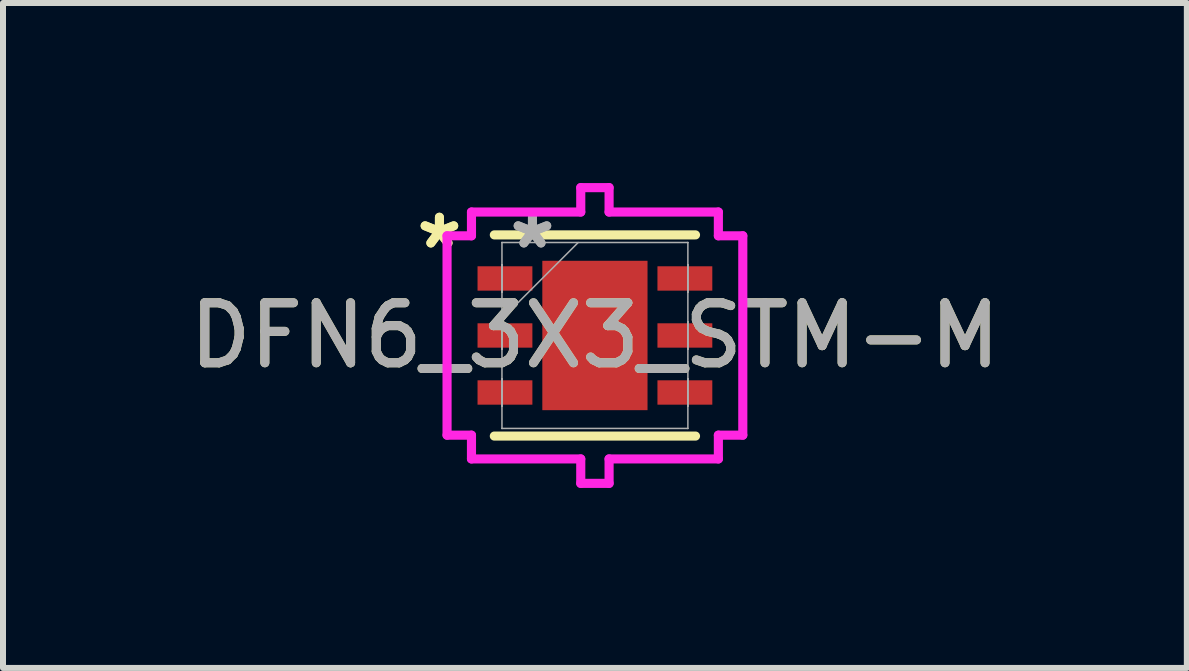
<source format=kicad_pcb>
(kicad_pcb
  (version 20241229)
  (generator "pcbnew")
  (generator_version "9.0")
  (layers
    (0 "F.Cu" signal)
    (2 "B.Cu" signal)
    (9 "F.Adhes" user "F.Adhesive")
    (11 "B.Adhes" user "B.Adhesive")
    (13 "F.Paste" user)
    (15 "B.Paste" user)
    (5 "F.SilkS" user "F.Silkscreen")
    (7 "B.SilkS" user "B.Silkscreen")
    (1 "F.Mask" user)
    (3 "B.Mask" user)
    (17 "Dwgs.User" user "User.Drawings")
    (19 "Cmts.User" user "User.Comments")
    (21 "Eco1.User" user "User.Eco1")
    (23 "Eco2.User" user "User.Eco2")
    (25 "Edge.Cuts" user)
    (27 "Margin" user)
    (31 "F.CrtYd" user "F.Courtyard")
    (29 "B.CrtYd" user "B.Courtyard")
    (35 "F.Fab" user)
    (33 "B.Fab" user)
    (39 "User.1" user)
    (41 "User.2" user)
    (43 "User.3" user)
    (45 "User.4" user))
  (footprint "DFN6_3X3_STM-M"
    (layer "F.Cu")
    (at 6.863 2.54)
    (property "Reference" "DFN6_3X3_STM-M" (at 0 0 0) (unlocked yes) (layer "F.SilkS") (effects (font (size 1 1) (thickness 0.15))))
    (attr smd)
    (fp_line (start -1.676 1.676) (end 1.676 1.676) (stroke (width 0.152) (type solid)) (layer "F.SilkS"))
    (fp_line (start 1.676 -1.676) (end -1.676 -1.676) (stroke (width 0.152) (type solid)) (layer "F.SilkS"))
    (fp_line (start -2.464 -1.661) (end -2.057 -1.661) (stroke (width 0.152) (type solid)) (layer "F.CrtYd"))
    (fp_line (start -2.464 1.661) (end -2.464 -1.661) (stroke (width 0.152) (type solid)) (layer "F.CrtYd"))
    (fp_line (start -2.057 -2.057) (end -0.236 -2.057) (stroke (width 0.152) (type solid)) (layer "F.CrtYd"))
    (fp_line (start -2.057 -1.661) (end -2.057 -2.057) (stroke (width 0.152) (type solid)) (layer "F.CrtYd"))
    (fp_line (start -2.057 1.661) (end -2.464 1.661) (stroke (width 0.152) (type solid)) (layer "F.CrtYd"))
    (fp_line (start -2.057 2.057) (end -2.057 1.661) (stroke (width 0.152) (type solid)) (layer "F.CrtYd"))
    (fp_line (start -0.236 -2.464) (end 0.236 -2.464) (stroke (width 0.152) (type solid)) (layer "F.CrtYd"))
    (fp_line (start -0.236 -2.057) (end -0.236 -2.464) (stroke (width 0.152) (type solid)) (layer "F.CrtYd"))
    (fp_line (start -0.236 2.057) (end -2.057 2.057) (stroke (width 0.152) (type solid)) (layer "F.CrtYd"))
    (fp_line (start -0.236 2.464) (end -0.236 2.057) (stroke (width 0.152) (type solid)) (layer "F.CrtYd"))
    (fp_line (start 0.236 -2.464) (end 0.236 -2.057) (stroke (width 0.152) (type solid)) (layer "F.CrtYd"))
    (fp_line (start 0.236 -2.057) (end 2.057 -2.057) (stroke (width 0.152) (type solid)) (layer "F.CrtYd"))
    (fp_line (start 0.236 2.057) (end 0.236 2.464) (stroke (width 0.152) (type solid)) (layer "F.CrtYd"))
    (fp_line (start 0.236 2.464) (end -0.236 2.464) (stroke (width 0.152) (type solid)) (layer "F.CrtYd"))
    (fp_line (start 2.057 -2.057) (end 2.057 -1.661) (stroke (width 0.152) (type solid)) (layer "F.CrtYd"))
    (fp_line (start 2.057 -1.661) (end 2.464 -1.661) (stroke (width 0.152) (type solid)) (layer "F.CrtYd"))
    (fp_line (start 2.057 1.661) (end 2.057 2.057) (stroke (width 0.152) (type solid)) (layer "F.CrtYd"))
    (fp_line (start 2.057 2.057) (end 0.236 2.057) (stroke (width 0.152) (type solid)) (layer "F.CrtYd"))
    (fp_line (start 2.464 -1.661) (end 2.464 1.661) (stroke (width 0.152) (type solid)) (layer "F.CrtYd"))
    (fp_line (start 2.464 1.661) (end 2.057 1.661) (stroke (width 0.152) (type solid)) (layer "F.CrtYd"))
    (fp_line (start -1.549 -1.549) (end -1.549 -1.549) (stroke (width 0.025) (type solid)) (layer "F.Fab"))
    (fp_line (start -1.549 -1.549) (end -1.549 1.549) (stroke (width 0.025) (type solid)) (layer "F.Fab"))
    (fp_line (start -1.549 -1.179) (end -1.549 -1.179) (stroke (width 0.025) (type solid)) (layer "F.Fab"))
    (fp_line (start -1.549 -1.179) (end -1.549 -0.721) (stroke (width 0.025) (type solid)) (layer "F.Fab"))
    (fp_line (start -1.549 -0.721) (end -1.549 -1.179) (stroke (width 0.025) (type solid)) (layer "F.Fab"))
    (fp_line (start -1.549 -0.721) (end -1.549 -0.721) (stroke (width 0.025) (type solid)) (layer "F.Fab"))
    (fp_line (start -1.549 -0.279) (end -0.279 -1.549) (stroke (width 0.025) (type solid)) (layer "F.Fab"))
    (fp_line (start -1.549 -0.229) (end -1.549 -0.229) (stroke (width 0.025) (type solid)) (layer "F.Fab"))
    (fp_line (start -1.549 -0.229) (end -1.549 0.229) (stroke (width 0.025) (type solid)) (layer "F.Fab"))
    (fp_line (start -1.549 0.229) (end -1.549 -0.229) (stroke (width 0.025) (type solid)) (layer "F.Fab"))
    (fp_line (start -1.549 0.229) (end -1.549 0.229) (stroke (width 0.025) (type solid)) (layer "F.Fab"))
    (fp_line (start -1.549 0.721) (end -1.549 0.721) (stroke (width 0.025) (type solid)) (layer "F.Fab"))
    (fp_line (start -1.549 0.721) (end -1.549 1.179) (stroke (width 0.025) (type solid)) (layer "F.Fab"))
    (fp_line (start -1.549 1.179) (end -1.549 0.721) (stroke (width 0.025) (type solid)) (layer "F.Fab"))
    (fp_line (start -1.549 1.179) (end -1.549 1.179) (stroke (width 0.025) (type solid)) (layer "F.Fab"))
    (fp_line (start -1.549 1.549) (end -1.549 1.549) (stroke (width 0.025) (type solid)) (layer "F.Fab"))
    (fp_line (start -1.549 1.549) (end 1.549 1.549) (stroke (width 0.025) (type solid)) (layer "F.Fab"))
    (fp_line (start 1.549 -1.549) (end -1.549 -1.549) (stroke (width 0.025) (type solid)) (layer "F.Fab"))
    (fp_line (start 1.549 -1.549) (end 1.549 -1.549) (stroke (width 0.025) (type solid)) (layer "F.Fab"))
    (fp_line (start 1.549 -1.179) (end 1.549 -1.179) (stroke (width 0.025) (type solid)) (layer "F.Fab"))
    (fp_line (start 1.549 -1.179) (end 1.549 -0.721) (stroke (width 0.025) (type solid)) (layer "F.Fab"))
    (fp_line (start 1.549 -0.721) (end 1.549 -1.179) (stroke (width 0.025) (type solid)) (layer "F.Fab"))
    (fp_line (start 1.549 -0.721) (end 1.549 -0.721) (stroke (width 0.025) (type solid)) (layer "F.Fab"))
    (fp_line (start 1.549 -0.229) (end 1.549 -0.229) (stroke (width 0.025) (type solid)) (layer "F.Fab"))
    (fp_line (start 1.549 -0.229) (end 1.549 0.229) (stroke (width 0.025) (type solid)) (layer "F.Fab"))
    (fp_line (start 1.549 0.229) (end 1.549 -0.229) (stroke (width 0.025) (type solid)) (layer "F.Fab"))
    (fp_line (start 1.549 0.229) (end 1.549 0.229) (stroke (width 0.025) (type solid)) (layer "F.Fab"))
    (fp_line (start 1.549 0.721) (end 1.549 0.721) (stroke (width 0.025) (type solid)) (layer "F.Fab"))
    (fp_line (start 1.549 0.721) (end 1.549 1.179) (stroke (width 0.025) (type solid)) (layer "F.Fab"))
    (fp_line (start 1.549 1.179) (end 1.549 0.721) (stroke (width 0.025) (type solid)) (layer "F.Fab"))
    (fp_line (start 1.549 1.179) (end 1.549 1.179) (stroke (width 0.025) (type solid)) (layer "F.Fab"))
    (fp_line (start 1.549 1.549) (end 1.549 -1.549) (stroke (width 0.025) (type solid)) (layer "F.Fab"))
    (fp_line (start 1.549 1.549) (end 1.549 1.549) (stroke (width 0.025) (type solid)) (layer "F.Fab"))
    (fp_text user "*" (at -2.591 -1.425 0) (layer "F.SilkS") (effects (font (size 1 1) (thickness 0.15))))
    (fp_text user "*" (at -2.591 -1.425 0) (unlocked yes) (layer "F.SilkS") (effects (font (size 1 1) (thickness 0.15))))
    (fp_text user "*" (at -1.041 -1.425 0) (unlocked yes) (layer "F.Fab") (effects (font (size 1 1) (thickness 0.15))))
    (fp_text user "${REFERENCE}" (at 0 0 0) (unlocked yes) (layer "F.Fab") (effects (font (size 1 1) (thickness 0.15))))
    (fp_text user "*" (at -1.041 -1.425 0) (layer "F.Fab") (effects (font (size 1 1) (thickness 0.15))))
    (pad "1" smd rect (at -1.499 -0.95 90) (size 0.406 0.914) (layers "F.Cu" "F.Mask" "F.Paste"))
    (pad "2" smd rect (at -1.499 0 90) (size 0.406 0.914) (layers "F.Cu" "F.Mask" "F.Paste"))
    (pad "3" smd rect (at -1.499 0.95 90) (size 0.406 0.914) (layers "F.Cu" "F.Mask" "F.Paste"))
    (pad "4" smd rect (at 1.499 0.95 90) (size 0.406 0.914) (layers "F.Cu" "F.Mask" "F.Paste"))
    (pad "5" smd rect (at 1.499 0 90) (size 0.406 0.914) (layers "F.Cu" "F.Mask" "F.Paste"))
    (pad "6" smd rect (at 1.499 -0.95 90) (size 0.406 0.914) (layers "F.Cu" "F.Mask" "F.Paste"))
    (pad "7" smd rect (at 0 0) (size 1.753 2.489) (layers "F.Cu" "F.Mask" "F.Paste")))
  (gr_rect
    (start -3 -3)
    (end 16.726 8.08)
    (stroke (width 0.1) (type default))
    (fill no)
    (layer "Edge.Cuts")))
</source>
